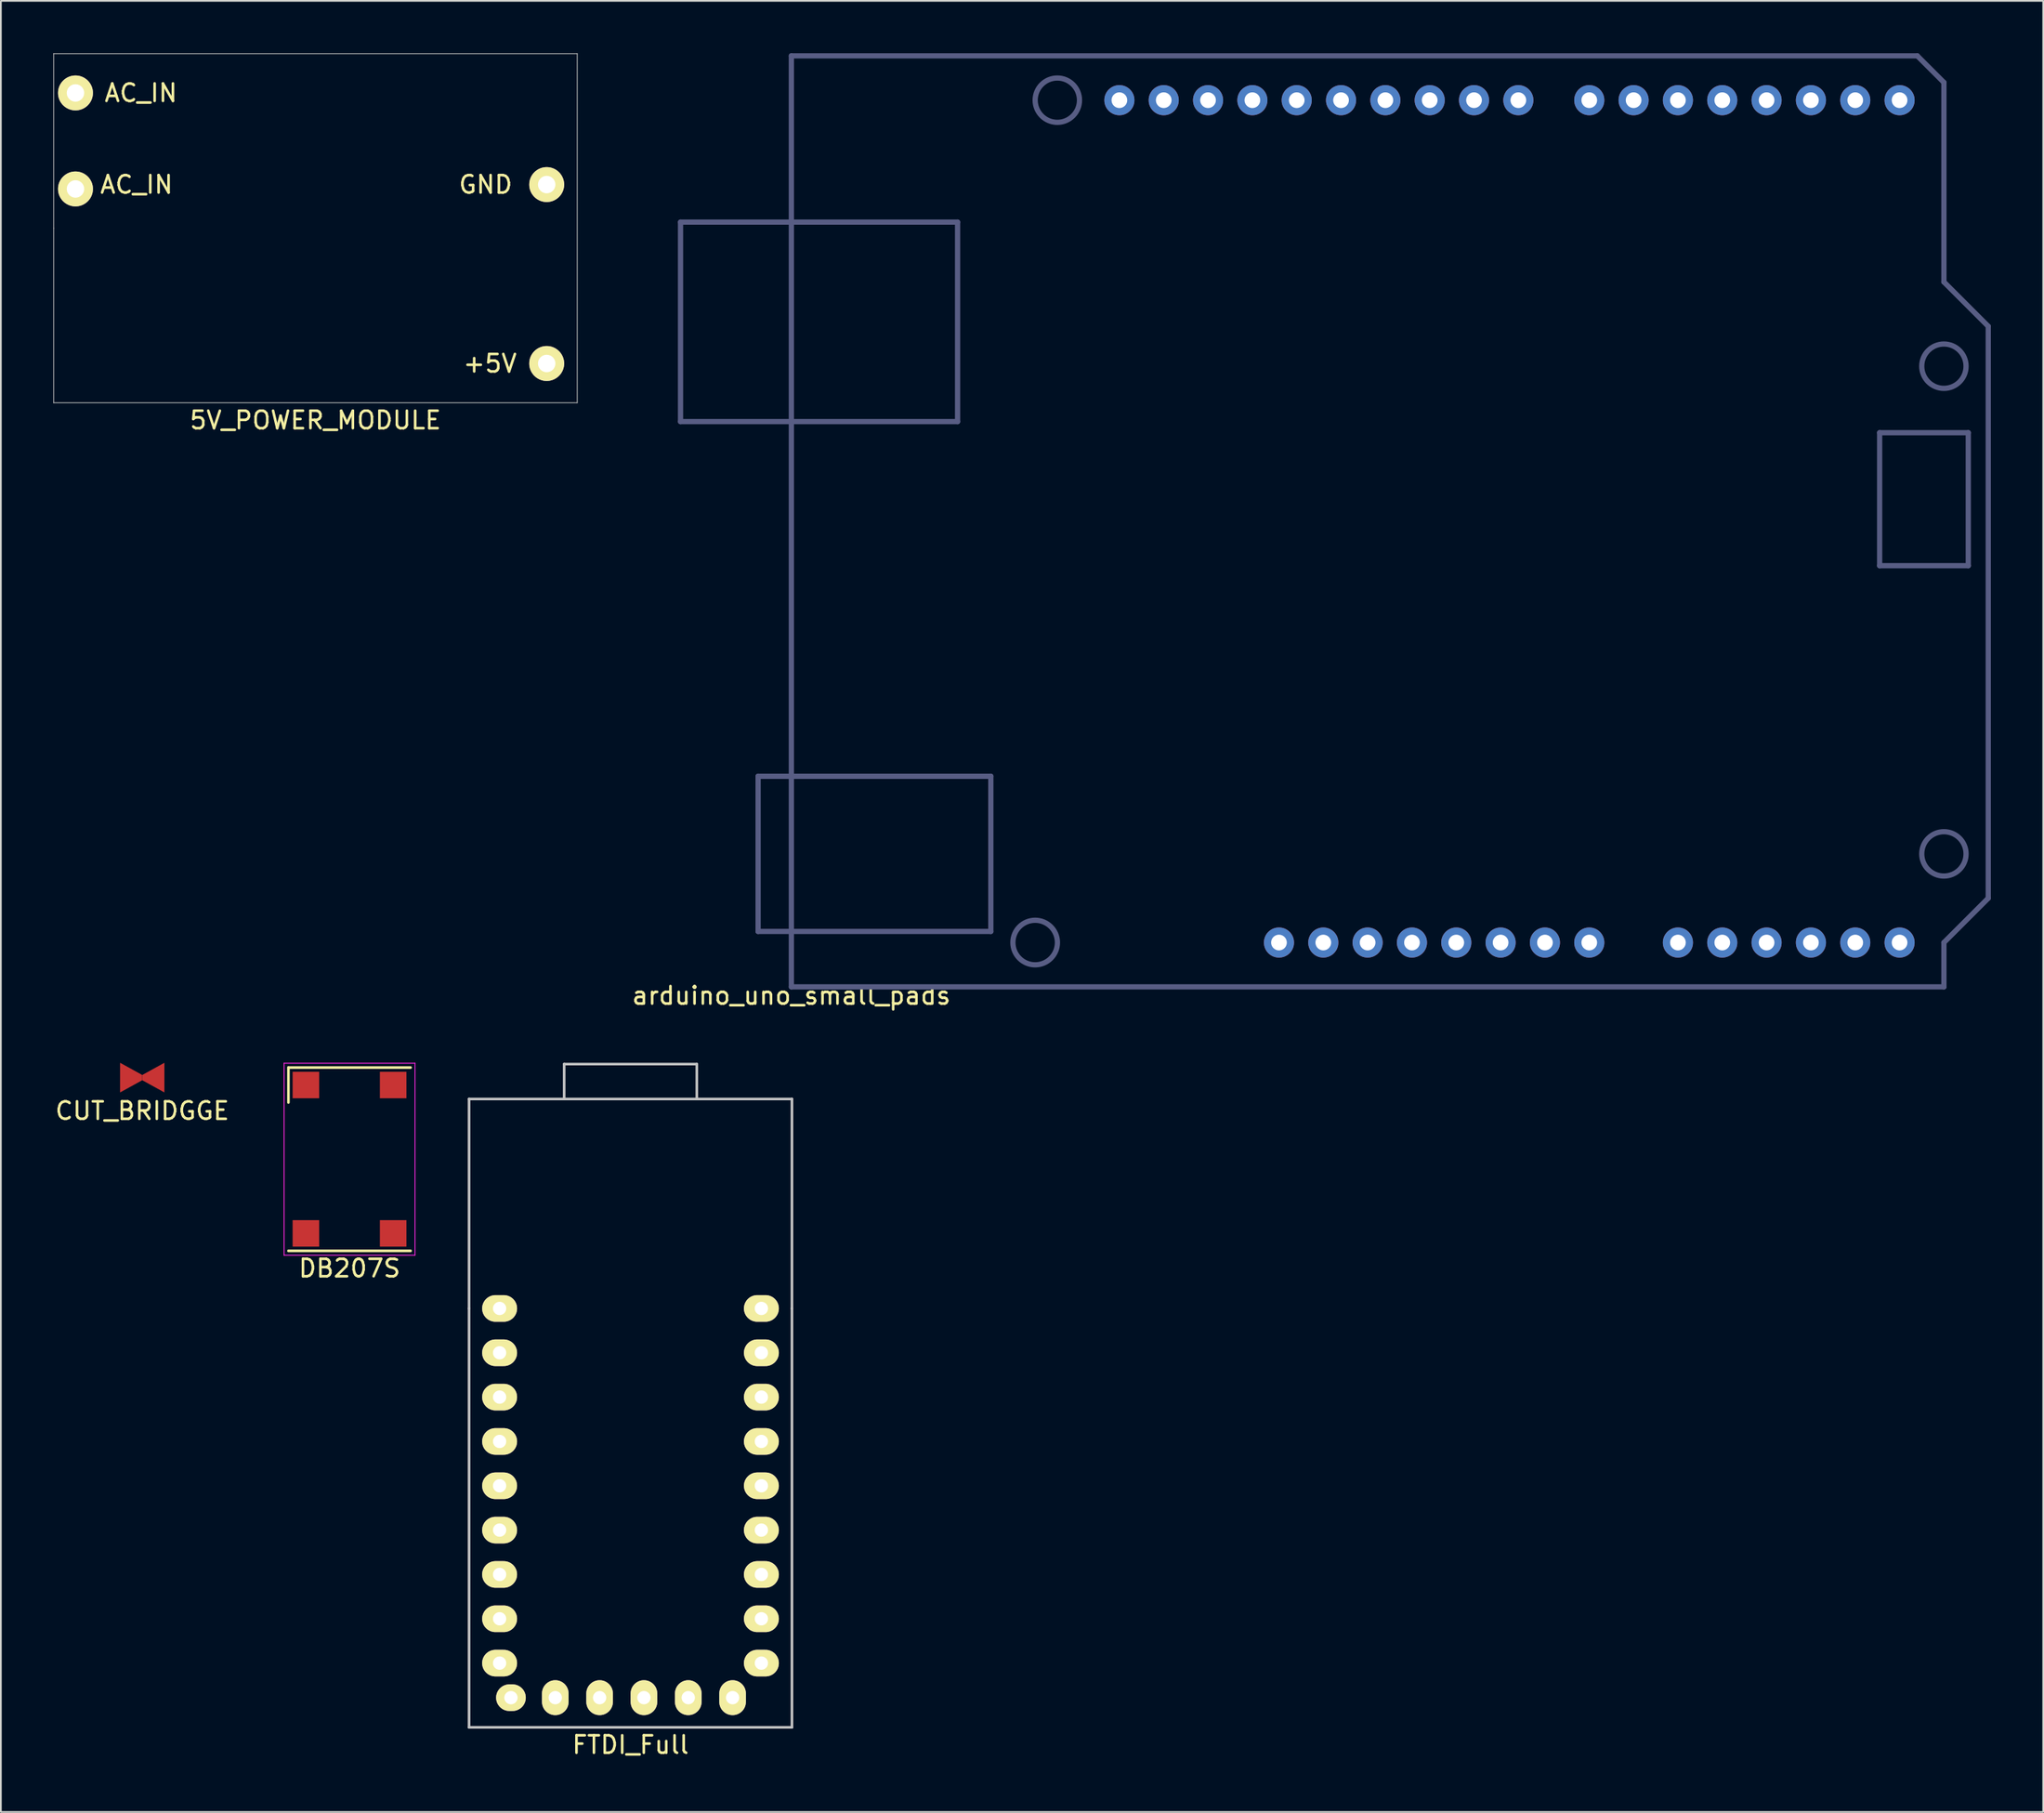
<source format=kicad_pcb>
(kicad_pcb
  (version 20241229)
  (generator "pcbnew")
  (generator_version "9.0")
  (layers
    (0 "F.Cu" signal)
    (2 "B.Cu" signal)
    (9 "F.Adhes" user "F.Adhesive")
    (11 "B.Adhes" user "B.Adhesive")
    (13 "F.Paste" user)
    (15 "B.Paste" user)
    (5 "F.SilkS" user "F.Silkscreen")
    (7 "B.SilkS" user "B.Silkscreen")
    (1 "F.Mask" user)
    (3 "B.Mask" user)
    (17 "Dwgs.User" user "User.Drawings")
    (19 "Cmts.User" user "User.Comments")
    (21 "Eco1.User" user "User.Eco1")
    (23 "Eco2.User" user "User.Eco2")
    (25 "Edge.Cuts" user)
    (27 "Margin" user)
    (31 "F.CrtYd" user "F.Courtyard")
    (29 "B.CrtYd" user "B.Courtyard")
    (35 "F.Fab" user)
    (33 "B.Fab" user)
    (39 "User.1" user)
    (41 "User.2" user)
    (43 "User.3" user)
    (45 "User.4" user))
  (footprint "DB207S"
    (layer "F.Cu")
    (at 16.977 63.363)
    (property "Reference" "DB207S" (at 0 6.25 0) (layer "F.SilkS") (effects (font (size 1 1) (thickness 0.15))))
    (attr through_hole)
    (fp_line (start -3.5 -5.25) (end 3.5 -5.25) (stroke (width 0.15) (type solid)) (layer "F.SilkS"))
    (fp_line (start -3.5 -3.25) (end -3.5 -5.25) (stroke (width 0.15) (type solid)) (layer "F.SilkS"))
    (fp_line (start -3.5 5.25) (end 3.5 5.25) (stroke (width 0.15) (type solid)) (layer "F.SilkS"))
    (fp_line (start -3.75 -5.5) (end 3.75 -5.5) (stroke (width 0.05) (type solid)) (layer "F.CrtYd"))
    (fp_line (start -3.75 5.5) (end -3.75 -5.5) (stroke (width 0.05) (type solid)) (layer "F.CrtYd"))
    (fp_line (start 3.75 -5.5) (end 3.75 5.5) (stroke (width 0.05) (type solid)) (layer "F.CrtYd"))
    (fp_line (start 3.75 5.5) (end -3.75 5.5) (stroke (width 0.05) (type solid)) (layer "F.CrtYd"))
    (pad "1" smd rect (at -2.5 -4.25) (size 1.52 1.52) (layers "F.Cu" "F.Mask" "F.Paste"))
    (pad "2" smd rect (at -2.5 4.25) (size 1.52 1.52) (layers "F.Cu" "F.Mask" "F.Paste"))
    (pad "3" smd rect (at 2.5 -4.25) (size 1.52 1.52) (layers "F.Cu" "F.Mask" "F.Paste"))
    (pad "4" smd rect (at 2.5 4.25) (size 1.52 1.52) (layers "F.Cu" "F.Mask" "F.Paste")))
  (footprint "arduino_uno_small_pads"
    (layer "F.Cu")
    (at 42.294 53.49)
    (property "Reference" "arduino_uno_small_pads" (at 0 0.5 0) (layer "F.SilkS") (effects (font (size 1 1) (thickness 0.15))))
    (attr through_hole)
    (fp_line (start -6.35 -43.815) (end 9.525 -43.815) (stroke (width 0.3) (type solid)) (layer "B.Fab"))
    (fp_line (start -6.35 -32.385) (end -6.35 -43.815) (stroke (width 0.3) (type solid)) (layer "B.Fab"))
    (fp_line (start -1.905 -12.065) (end 11.43 -12.065) (stroke (width 0.3) (type solid)) (layer "B.Fab"))
    (fp_line (start -1.905 -3.175) (end -1.905 -12.065) (stroke (width 0.3) (type solid)) (layer "B.Fab"))
    (fp_line (start 0 -53.34) (end 64.516 -53.34) (stroke (width 0.3) (type solid)) (layer "B.Fab"))
    (fp_line (start 0 0) (end 0 -53.34) (stroke (width 0.3) (type solid)) (layer "B.Fab"))
    (fp_line (start 9.525 -43.815) (end 9.525 -32.385) (stroke (width 0.3) (type solid)) (layer "B.Fab"))
    (fp_line (start 9.525 -32.385) (end -6.35 -32.385) (stroke (width 0.3) (type solid)) (layer "B.Fab"))
    (fp_line (start 11.43 -12.065) (end 11.43 -3.175) (stroke (width 0.3) (type solid)) (layer "B.Fab"))
    (fp_line (start 11.43 -3.175) (end -1.905 -3.175) (stroke (width 0.3) (type solid)) (layer "B.Fab"))
    (fp_line (start 62.357 -31.75) (end 67.437 -31.75) (stroke (width 0.3) (type solid)) (layer "B.Fab"))
    (fp_line (start 62.357 -24.13) (end 62.357 -31.75) (stroke (width 0.3) (type solid)) (layer "B.Fab"))
    (fp_line (start 64.516 -53.34) (end 66.04 -51.816) (stroke (width 0.3) (type solid)) (layer "B.Fab"))
    (fp_line (start 66.04 -51.816) (end 66.04 -40.386) (stroke (width 0.3) (type solid)) (layer "B.Fab"))
    (fp_line (start 66.04 -40.386) (end 68.58 -37.846) (stroke (width 0.3) (type solid)) (layer "B.Fab"))
    (fp_line (start 66.04 -2.54) (end 66.04 0) (stroke (width 0.3) (type solid)) (layer "B.Fab"))
    (fp_line (start 66.04 0) (end 0 0) (stroke (width 0.3) (type solid)) (layer "B.Fab"))
    (fp_line (start 67.437 -31.75) (end 67.437 -24.13) (stroke (width 0.3) (type solid)) (layer "B.Fab"))
    (fp_line (start 67.437 -24.13) (end 62.357 -24.13) (stroke (width 0.3) (type solid)) (layer "B.Fab"))
    (fp_line (start 68.58 -37.846) (end 68.58 -5.08) (stroke (width 0.3) (type solid)) (layer "B.Fab"))
    (fp_line (start 68.58 -5.08) (end 66.04 -2.54) (stroke (width 0.3) (type solid)) (layer "B.Fab"))
    (fp_circle (center 13.97 -2.54) (end 13.843 -1.27) (stroke (width 0.3) (type solid)) (fill no) (layer "B.Fab"))
    (fp_circle (center 15.24 -50.8) (end 15.24 -52.07) (stroke (width 0.3) (type solid)) (fill no) (layer "B.Fab"))
    (fp_circle (center 66.04 -35.56) (end 66.04 -36.83) (stroke (width 0.3) (type solid)) (fill no) (layer "B.Fab"))
    (fp_circle (center 66.04 -7.62) (end 66.04 -6.35) (stroke (width 0.3) (type solid)) (fill no) (layer "B.Fab"))
    (pad "1" thru_hole oval (at 27.94 -2.54) (size 1.727 1.727) (drill 0.9) (layers "*.Cu" "*.Mask"))
    (pad "2" thru_hole oval (at 30.48 -2.54) (size 1.727 1.727) (drill 0.9) (layers "*.Cu" "*.Mask"))
    (pad "3" thru_hole oval (at 33.02 -2.54) (size 1.727 1.727) (drill 0.9) (layers "*.Cu" "*.Mask"))
    (pad "4" thru_hole oval (at 35.56 -2.54) (size 1.727 1.727) (drill 0.9) (layers "*.Cu" "*.Mask"))
    (pad "5" thru_hole oval (at 38.1 -2.54) (size 1.727 1.727) (drill 0.9) (layers "*.Cu" "*.Mask"))
    (pad "6" thru_hole oval (at 40.64 -2.54) (size 1.727 1.727) (drill 0.9) (layers "*.Cu" "*.Mask"))
    (pad "7" thru_hole oval (at 43.18 -2.54) (size 1.727 1.727) (drill 0.9) (layers "*.Cu" "*.Mask"))
    (pad "8" thru_hole oval (at 45.72 -2.54) (size 1.727 1.727) (drill 0.9) (layers "*.Cu" "*.Mask"))
    (pad "9" thru_hole oval (at 50.8 -2.54) (size 1.727 1.727) (drill 0.9) (layers "*.Cu" "*.Mask"))
    (pad "10" thru_hole oval (at 53.34 -2.54) (size 1.727 1.727) (drill 0.9) (layers "*.Cu" "*.Mask"))
    (pad "11" thru_hole oval (at 55.88 -2.54) (size 1.727 1.727) (drill 0.9) (layers "*.Cu" "*.Mask"))
    (pad "12" thru_hole oval (at 58.42 -2.54) (size 1.727 1.727) (drill 0.9) (layers "*.Cu" "*.Mask"))
    (pad "13" thru_hole oval (at 60.96 -2.54) (size 1.727 1.727) (drill 0.9) (layers "*.Cu" "*.Mask"))
    (pad "14" thru_hole oval (at 63.5 -2.54) (size 1.727 1.727) (drill 0.9) (layers "*.Cu" "*.Mask"))
    (pad "15" thru_hole oval (at 63.5 -50.8) (size 1.727 1.727) (drill 0.9) (layers "*.Cu" "*.Mask"))
    (pad "16" thru_hole oval (at 60.96 -50.8) (size 1.727 1.727) (drill 0.9) (layers "*.Cu" "*.Mask"))
    (pad "17" thru_hole oval (at 58.42 -50.8) (size 1.727 1.727) (drill 0.9) (layers "*.Cu" "*.Mask"))
    (pad "18" thru_hole oval (at 55.88 -50.8) (size 1.727 1.727) (drill 0.9) (layers "*.Cu" "*.Mask"))
    (pad "19" thru_hole oval (at 53.34 -50.8) (size 1.727 1.727) (drill 0.9) (layers "*.Cu" "*.Mask"))
    (pad "20" thru_hole oval (at 50.8 -50.8) (size 1.727 1.727) (drill 0.9) (layers "*.Cu" "*.Mask"))
    (pad "21" thru_hole oval (at 48.26 -50.8) (size 1.727 1.727) (drill 0.9) (layers "*.Cu" "*.Mask"))
    (pad "22" thru_hole oval (at 45.72 -50.8) (size 1.727 1.727) (drill 0.9) (layers "*.Cu" "*.Mask"))
    (pad "23" thru_hole oval (at 41.656 -50.8) (size 1.727 1.727) (drill 0.9) (layers "*.Cu" "*.Mask"))
    (pad "24" thru_hole oval (at 39.116 -50.8) (size 1.727 1.727) (drill 0.9) (layers "*.Cu" "*.Mask"))
    (pad "25" thru_hole oval (at 36.576 -50.8) (size 1.727 1.727) (drill 0.9) (layers "*.Cu" "*.Mask"))
    (pad "26" thru_hole oval (at 34.036 -50.8) (size 1.727 1.727) (drill 0.9) (layers "*.Cu" "*.Mask"))
    (pad "27" thru_hole oval (at 31.496 -50.8) (size 1.727 1.727) (drill 0.9) (layers "*.Cu" "*.Mask"))
    (pad "28" thru_hole oval (at 28.956 -50.8) (size 1.727 1.727) (drill 0.9) (layers "*.Cu" "*.Mask"))
    (pad "29" thru_hole oval (at 26.416 -50.8) (size 1.727 1.727) (drill 0.9) (layers "*.Cu" "*.Mask"))
    (pad "30" thru_hole oval (at 23.876 -50.8) (size 1.727 1.727) (drill 0.9) (layers "*.Cu" "*.Mask"))
    (pad "31" thru_hole oval (at 21.336 -50.8) (size 1.727 1.727) (drill 0.9) (layers "*.Cu" "*.Mask"))
    (pad "32" thru_hole oval (at 18.796 -50.8) (size 1.727 1.727) (drill 0.9) (layers "*.Cu" "*.Mask")))
  (footprint "FTDI_Full"
    (layer "F.Cu")
    (at 33.077 71.913)
    (property "Reference" "FTDI_Full" (at 0 25 0) (layer "F.SilkS") (effects (font (size 1 1) (thickness 0.15))))
    (attr through_hole)
    (fp_line (start -9.25 -12) (end -9.25 0) (stroke (width 0.15) (type solid)) (layer "Dwgs.User"))
    (fp_line (start -9.25 0) (end -9.25 24) (stroke (width 0.15) (type solid)) (layer "Dwgs.User"))
    (fp_line (start -9.25 24) (end 9.25 24) (stroke (width 0.15) (type solid)) (layer "Dwgs.User"))
    (fp_line (start -3.8 -14) (end 3.8 -14) (stroke (width 0.15) (type solid)) (layer "Dwgs.User"))
    (fp_line (start -3.8 -12) (end -3.8 -14) (stroke (width 0.15) (type solid)) (layer "Dwgs.User"))
    (fp_line (start 3.8 -14) (end 3.8 -12) (stroke (width 0.15) (type solid)) (layer "Dwgs.User"))
    (fp_line (start 9.25 -12) (end -9.25 -12) (stroke (width 0.15) (type solid)) (layer "Dwgs.User"))
    (fp_line (start 9.25 0) (end 9.25 -12) (stroke (width 0.15) (type solid)) (layer "Dwgs.User"))
    (fp_line (start 9.25 24) (end 9.25 0) (stroke (width 0.15) (type solid)) (layer "Dwgs.User"))
    (pad "1" thru_hole oval (at -7.5 0) (size 2 1.524) (drill 0.762) (layers "*.Cu" "*.Mask" "F.SilkS"))
    (pad "2" thru_hole oval (at -7.5 2.54) (size 2 1.524) (drill 0.762) (layers "*.Cu" "*.Mask" "F.SilkS"))
    (pad "3" thru_hole oval (at -7.5 5.08) (size 2 1.524) (drill 0.762) (layers "*.Cu" "*.Mask" "F.SilkS"))
    (pad "4" thru_hole oval (at -7.5 7.62) (size 2 1.524) (drill 0.762) (layers "*.Cu" "*.Mask" "F.SilkS"))
    (pad "5" thru_hole oval (at -7.5 10.16) (size 2 1.524) (drill 0.762) (layers "*.Cu" "*.Mask" "F.SilkS"))
    (pad "6" thru_hole oval (at -7.5 12.7) (size 2 1.524) (drill 0.762) (layers "*.Cu" "*.Mask" "F.SilkS"))
    (pad "7" thru_hole oval (at -7.5 15.24) (size 2 1.524) (drill 0.762) (layers "*.Cu" "*.Mask" "F.SilkS"))
    (pad "8" thru_hole oval (at -7.5 17.78) (size 2 1.524) (drill 0.762) (layers "*.Cu" "*.Mask" "F.SilkS"))
    (pad "9" thru_hole oval (at -7.5 20.32) (size 2 1.524) (drill 0.762) (layers "*.Cu" "*.Mask" "F.SilkS"))
    (pad "10" thru_hole oval (at -6.85 22.3) (size 1.7 1.524) (drill 0.762) (layers "*.Cu" "*.Mask" "F.SilkS"))
    (pad "11" thru_hole oval (at -4.31 22.3) (size 1.524 2) (drill 0.762) (layers "*.Cu" "*.Mask" "F.SilkS"))
    (pad "12" thru_hole oval (at -1.77 22.3) (size 1.524 2) (drill 0.762) (layers "*.Cu" "*.Mask" "F.SilkS"))
    (pad "13" thru_hole oval (at 0.77 22.3) (size 1.524 2) (drill 0.762) (layers "*.Cu" "*.Mask" "F.SilkS"))
    (pad "14" thru_hole oval (at 3.31 22.3) (size 1.524 2) (drill 0.762) (layers "*.Cu" "*.Mask" "F.SilkS"))
    (pad "15" thru_hole oval (at 5.85 22.3) (size 1.524 2) (drill 0.762) (layers "*.Cu" "*.Mask" "F.SilkS"))
    (pad "16" thru_hole oval (at 7.5 20.32) (size 2 1.524) (drill 0.762) (layers "*.Cu" "*.Mask" "F.SilkS"))
    (pad "17" thru_hole oval (at 7.5 17.78) (size 2 1.524) (drill 0.762) (layers "*.Cu" "*.Mask" "F.SilkS"))
    (pad "18" thru_hole oval (at 7.5 15.24) (size 2 1.524) (drill 0.762) (layers "*.Cu" "*.Mask" "F.SilkS"))
    (pad "19" thru_hole oval (at 7.5 12.7) (size 2 1.524) (drill 0.762) (layers "*.Cu" "*.Mask" "F.SilkS"))
    (pad "20" thru_hole oval (at 7.5 10.16) (size 2 1.524) (drill 0.762) (layers "*.Cu" "*.Mask" "F.SilkS"))
    (pad "21" thru_hole oval (at 7.5 7.62) (size 2 1.524) (drill 0.762) (layers "*.Cu" "*.Mask" "F.SilkS"))
    (pad "22" thru_hole oval (at 7.5 5.08) (size 2 1.524) (drill 0.762) (layers "*.Cu" "*.Mask" "F.SilkS"))
    (pad "23" thru_hole oval (at 7.5 2.54) (size 2 1.524) (drill 0.762) (layers "*.Cu" "*.Mask" "F.SilkS"))
    (pad "24" thru_hole oval (at 7.5 0) (size 2 1.524) (drill 0.762) (layers "*.Cu" "*.Mask" "F.SilkS")))
  (footprint "CUT_BRIDGGE"
    (layer "F.Cu")
    (at 5.101 58.688)
    (property "Reference" "CUT_BRIDGGE" (at 0 1.905 0) (layer "F.SilkS") (effects (font (size 1 1) (thickness 0.15))))
    (attr through_hole)
    (pad "1" smd trapezoid (at -0.635 0) (size 1.27 1) (rect_delta 0.7 0) (layers "F.Cu" "F.Mask" "F.Paste"))
    (pad "2" smd trapezoid (at 0.635 0 180) (size 1.27 1) (rect_delta 0.7 0) (layers "F.Cu" "F.Mask" "F.Paste")))
  (footprint "5V_POWER_MODULE"
    (layer "F.Cu")
    (at 15.025 10.025)
    (property "Reference" "5V_POWER_MODULE" (at 0 11 0) (layer "F.SilkS") (effects (font (size 1 1) (thickness 0.15))))
    (attr through_hole)
    (fp_line (start -15 -10) (end 15 -10) (stroke (width 0.05) (type solid)) (layer "F.Fab"))
    (fp_line (start -15 0) (end -15 -10) (stroke (width 0.05) (type solid)) (layer "F.Fab"))
    (fp_line (start -15 10) (end -15 0) (stroke (width 0.05) (type solid)) (layer "F.Fab"))
    (fp_line (start 15 -10) (end 15 10) (stroke (width 0.05) (type solid)) (layer "F.Fab"))
    (fp_line (start 15 10) (end -15 10) (stroke (width 0.05) (type solid)) (layer "F.Fab"))
    (fp_text user "AC_IN" (at -10.25 -2.5 0) (layer "F.SilkS") (effects (font (size 1 1) (thickness 0.15))))
    (fp_text user "AC_IN" (at -10 -7.75 0) (layer "F.SilkS") (effects (font (size 1 1) (thickness 0.15))))
    (fp_text user "+5V" (at 10 7.75 0) (layer "F.SilkS") (effects (font (size 1 1) (thickness 0.15))))
    (fp_text user "GND" (at 9.75 -2.5 0) (layer "F.SilkS") (effects (font (size 1 1) (thickness 0.15))))
    (pad "1" thru_hole circle (at -13.75 -7.75) (size 2 2) (drill 1) (layers "*.Cu" "*.Mask" "F.SilkS"))
    (pad "2" thru_hole circle (at -13.75 -2.25) (size 2 2) (drill 1) (layers "*.Cu" "*.Mask" "F.SilkS"))
    (pad "3" thru_hole circle (at 13.25 -2.5) (size 2 2) (drill 1) (layers "*.Cu" "*.Mask" "F.SilkS"))
    (pad "4" thru_hole circle (at 13.25 7.75) (size 2 2) (drill 1) (layers "*.Cu" "*.Mask" "F.SilkS")))
  (gr_rect
    (start -3 -3)
    (end 114.024 100.761)
    (stroke (width 0.1) (type default))
    (fill no)
    (layer "Edge.Cuts")))
</source>
